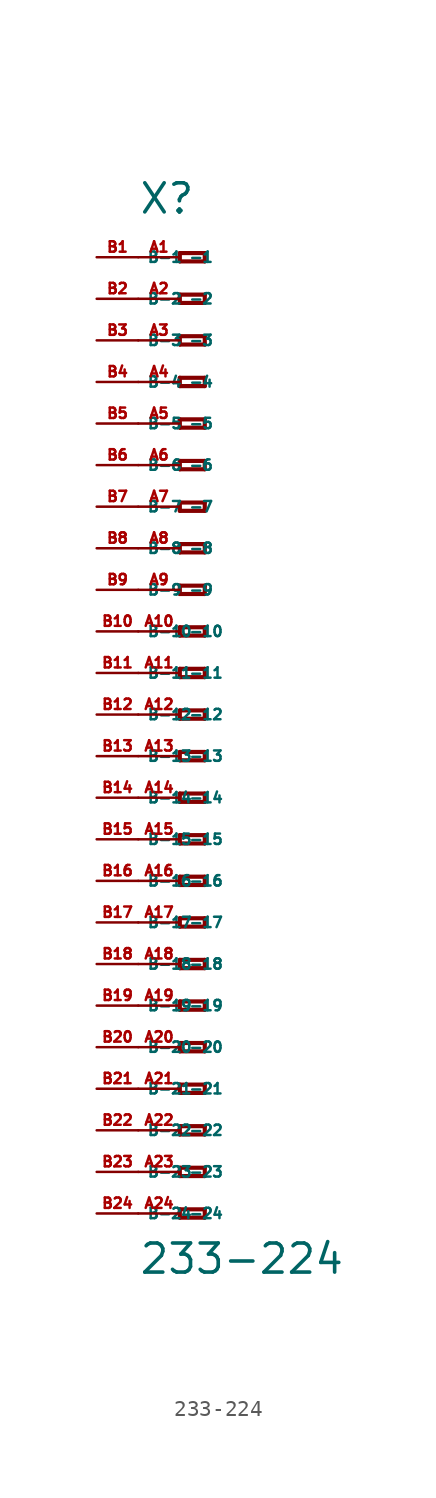
<source format=kicad_sym>
(kicad_symbol_lib
  (version 20220914)
  (generator Eagle2Kicad)
  (symbol "233-224"
    (property "Reference" "X"
      (at -5.08 30.48 0)
      (effects (font (size 1.778 1.778) (thickness 0.22)) (justify left bottom)))
    (property "Value" "233-224"
      (at -5.08 -34.29 0)
      (effects (font (size 1.778 1.778) (thickness 0.22)) (justify left bottom)))
    (polyline
      (pts (xy -2.54 28.194) (xy -2.54 27.686))
      (stroke (width 0.254) (type default))
      (fill (type none)))
    (polyline
      (pts (xy -2.54 27.686) (xy -1.016 27.686))
      (stroke (width 0.254) (type default))
      (fill (type none)))
    (polyline
      (pts (xy -1.016 27.686) (xy -1.016 28.194))
      (stroke (width 0.254) (type default))
      (fill (type none)))
    (polyline
      (pts (xy -1.016 28.194) (xy -2.54 28.194))
      (stroke (width 0.254) (type default))
      (fill (type none)))
    (polyline
      (pts (xy -2.54 25.654) (xy -2.54 25.146))
      (stroke (width 0.254) (type default))
      (fill (type none)))
    (polyline
      (pts (xy -2.54 25.146) (xy -1.016 25.146))
      (stroke (width 0.254) (type default))
      (fill (type none)))
    (polyline
      (pts (xy -1.016 25.146) (xy -1.016 25.654))
      (stroke (width 0.254) (type default))
      (fill (type none)))
    (polyline
      (pts (xy -1.016 25.654) (xy -2.54 25.654))
      (stroke (width 0.254) (type default))
      (fill (type none)))
    (polyline
      (pts (xy -2.54 23.114) (xy -2.54 22.606))
      (stroke (width 0.254) (type default))
      (fill (type none)))
    (polyline
      (pts (xy -2.54 22.606) (xy -1.016 22.606))
      (stroke (width 0.254) (type default))
      (fill (type none)))
    (polyline
      (pts (xy -1.016 22.606) (xy -1.016 23.114))
      (stroke (width 0.254) (type default))
      (fill (type none)))
    (polyline
      (pts (xy -1.016 23.114) (xy -2.54 23.114))
      (stroke (width 0.254) (type default))
      (fill (type none)))
    (polyline
      (pts (xy -2.54 20.574) (xy -2.54 20.066))
      (stroke (width 0.254) (type default))
      (fill (type none)))
    (polyline
      (pts (xy -2.54 20.066) (xy -1.016 20.066))
      (stroke (width 0.254) (type default))
      (fill (type none)))
    (polyline
      (pts (xy -1.016 20.066) (xy -1.016 20.574))
      (stroke (width 0.254) (type default))
      (fill (type none)))
    (polyline
      (pts (xy -1.016 20.574) (xy -2.54 20.574))
      (stroke (width 0.254) (type default))
      (fill (type none)))
    (polyline
      (pts (xy -2.54 18.034) (xy -2.54 17.526))
      (stroke (width 0.254) (type default))
      (fill (type none)))
    (polyline
      (pts (xy -2.54 17.526) (xy -1.016 17.526))
      (stroke (width 0.254) (type default))
      (fill (type none)))
    (polyline
      (pts (xy -1.016 17.526) (xy -1.016 18.034))
      (stroke (width 0.254) (type default))
      (fill (type none)))
    (polyline
      (pts (xy -1.016 18.034) (xy -2.54 18.034))
      (stroke (width 0.254) (type default))
      (fill (type none)))
    (polyline
      (pts (xy -2.54 15.494) (xy -2.54 14.986))
      (stroke (width 0.254) (type default))
      (fill (type none)))
    (polyline
      (pts (xy -2.54 14.986) (xy -1.016 14.986))
      (stroke (width 0.254) (type default))
      (fill (type none)))
    (polyline
      (pts (xy -1.016 14.986) (xy -1.016 15.494))
      (stroke (width 0.254) (type default))
      (fill (type none)))
    (polyline
      (pts (xy -1.016 15.494) (xy -2.54 15.494))
      (stroke (width 0.254) (type default))
      (fill (type none)))
    (polyline
      (pts (xy -2.54 12.954) (xy -2.54 12.446))
      (stroke (width 0.254) (type default))
      (fill (type none)))
    (polyline
      (pts (xy -2.54 12.446) (xy -1.016 12.446))
      (stroke (width 0.254) (type default))
      (fill (type none)))
    (polyline
      (pts (xy -1.016 12.446) (xy -1.016 12.954))
      (stroke (width 0.254) (type default))
      (fill (type none)))
    (polyline
      (pts (xy -1.016 12.954) (xy -2.54 12.954))
      (stroke (width 0.254) (type default))
      (fill (type none)))
    (polyline
      (pts (xy -2.54 10.414) (xy -2.54 9.906))
      (stroke (width 0.254) (type default))
      (fill (type none)))
    (polyline
      (pts (xy -2.54 9.906) (xy -1.016 9.906))
      (stroke (width 0.254) (type default))
      (fill (type none)))
    (polyline
      (pts (xy -1.016 9.906) (xy -1.016 10.414))
      (stroke (width 0.254) (type default))
      (fill (type none)))
    (polyline
      (pts (xy -1.016 10.414) (xy -2.54 10.414))
      (stroke (width 0.254) (type default))
      (fill (type none)))
    (polyline
      (pts (xy -2.54 7.874) (xy -2.54 7.366))
      (stroke (width 0.254) (type default))
      (fill (type none)))
    (polyline
      (pts (xy -2.54 7.366) (xy -1.016 7.366))
      (stroke (width 0.254) (type default))
      (fill (type none)))
    (polyline
      (pts (xy -1.016 7.366) (xy -1.016 7.874))
      (stroke (width 0.254) (type default))
      (fill (type none)))
    (polyline
      (pts (xy -1.016 7.874) (xy -2.54 7.874))
      (stroke (width 0.254) (type default))
      (fill (type none)))
    (polyline
      (pts (xy -2.54 5.334) (xy -2.54 4.826))
      (stroke (width 0.254) (type default))
      (fill (type none)))
    (polyline
      (pts (xy -2.54 4.826) (xy -1.016 4.826))
      (stroke (width 0.254) (type default))
      (fill (type none)))
    (polyline
      (pts (xy -1.016 4.826) (xy -1.016 5.334))
      (stroke (width 0.254) (type default))
      (fill (type none)))
    (polyline
      (pts (xy -1.016 5.334) (xy -2.54 5.334))
      (stroke (width 0.254) (type default))
      (fill (type none)))
    (polyline
      (pts (xy -2.54 2.794) (xy -2.54 2.286))
      (stroke (width 0.254) (type default))
      (fill (type none)))
    (polyline
      (pts (xy -2.54 2.286) (xy -1.016 2.286))
      (stroke (width 0.254) (type default))
      (fill (type none)))
    (polyline
      (pts (xy -1.016 2.286) (xy -1.016 2.794))
      (stroke (width 0.254) (type default))
      (fill (type none)))
    (polyline
      (pts (xy -1.016 2.794) (xy -2.54 2.794))
      (stroke (width 0.254) (type default))
      (fill (type none)))
    (polyline
      (pts (xy -2.54 0.254) (xy -2.54 -0.254))
      (stroke (width 0.254) (type default))
      (fill (type none)))
    (polyline
      (pts (xy -2.54 -0.254) (xy -1.016 -0.254))
      (stroke (width 0.254) (type default))
      (fill (type none)))
    (polyline
      (pts (xy -1.016 -0.254) (xy -1.016 0.254))
      (stroke (width 0.254) (type default))
      (fill (type none)))
    (polyline
      (pts (xy -1.016 0.254) (xy -2.54 0.254))
      (stroke (width 0.254) (type default))
      (fill (type none)))
    (polyline
      (pts (xy -2.54 -2.286) (xy -2.54 -2.794))
      (stroke (width 0.254) (type default))
      (fill (type none)))
    (polyline
      (pts (xy -2.54 -2.794) (xy -1.016 -2.794))
      (stroke (width 0.254) (type default))
      (fill (type none)))
    (polyline
      (pts (xy -1.016 -2.794) (xy -1.016 -2.286))
      (stroke (width 0.254) (type default))
      (fill (type none)))
    (polyline
      (pts (xy -1.016 -2.286) (xy -2.54 -2.286))
      (stroke (width 0.254) (type default))
      (fill (type none)))
    (polyline
      (pts (xy -2.54 -4.826) (xy -2.54 -5.334))
      (stroke (width 0.254) (type default))
      (fill (type none)))
    (polyline
      (pts (xy -2.54 -5.334) (xy -1.016 -5.334))
      (stroke (width 0.254) (type default))
      (fill (type none)))
    (polyline
      (pts (xy -1.016 -5.334) (xy -1.016 -4.826))
      (stroke (width 0.254) (type default))
      (fill (type none)))
    (polyline
      (pts (xy -1.016 -4.826) (xy -2.54 -4.826))
      (stroke (width 0.254) (type default))
      (fill (type none)))
    (polyline
      (pts (xy -2.54 -7.366) (xy -2.54 -7.874))
      (stroke (width 0.254) (type default))
      (fill (type none)))
    (polyline
      (pts (xy -2.54 -7.874) (xy -1.016 -7.874))
      (stroke (width 0.254) (type default))
      (fill (type none)))
    (polyline
      (pts (xy -1.016 -7.874) (xy -1.016 -7.366))
      (stroke (width 0.254) (type default))
      (fill (type none)))
    (polyline
      (pts (xy -1.016 -7.366) (xy -2.54 -7.366))
      (stroke (width 0.254) (type default))
      (fill (type none)))
    (polyline
      (pts (xy -2.54 -9.906) (xy -2.54 -10.414))
      (stroke (width 0.254) (type default))
      (fill (type none)))
    (polyline
      (pts (xy -2.54 -10.414) (xy -1.016 -10.414))
      (stroke (width 0.254) (type default))
      (fill (type none)))
    (polyline
      (pts (xy -1.016 -10.414) (xy -1.016 -9.906))
      (stroke (width 0.254) (type default))
      (fill (type none)))
    (polyline
      (pts (xy -1.016 -9.906) (xy -2.54 -9.906))
      (stroke (width 0.254) (type default))
      (fill (type none)))
    (polyline
      (pts (xy -2.54 -12.446) (xy -2.54 -12.954))
      (stroke (width 0.254) (type default))
      (fill (type none)))
    (polyline
      (pts (xy -2.54 -12.954) (xy -1.016 -12.954))
      (stroke (width 0.254) (type default))
      (fill (type none)))
    (polyline
      (pts (xy -1.016 -12.954) (xy -1.016 -12.446))
      (stroke (width 0.254) (type default))
      (fill (type none)))
    (polyline
      (pts (xy -1.016 -12.446) (xy -2.54 -12.446))
      (stroke (width 0.254) (type default))
      (fill (type none)))
    (polyline
      (pts (xy -2.54 -14.986) (xy -2.54 -15.494))
      (stroke (width 0.254) (type default))
      (fill (type none)))
    (polyline
      (pts (xy -2.54 -15.494) (xy -1.016 -15.494))
      (stroke (width 0.254) (type default))
      (fill (type none)))
    (polyline
      (pts (xy -1.016 -15.494) (xy -1.016 -14.986))
      (stroke (width 0.254) (type default))
      (fill (type none)))
    (polyline
      (pts (xy -1.016 -14.986) (xy -2.54 -14.986))
      (stroke (width 0.254) (type default))
      (fill (type none)))
    (polyline
      (pts (xy -2.54 -17.526) (xy -2.54 -18.034))
      (stroke (width 0.254) (type default))
      (fill (type none)))
    (polyline
      (pts (xy -2.54 -18.034) (xy -1.016 -18.034))
      (stroke (width 0.254) (type default))
      (fill (type none)))
    (polyline
      (pts (xy -1.016 -18.034) (xy -1.016 -17.526))
      (stroke (width 0.254) (type default))
      (fill (type none)))
    (polyline
      (pts (xy -1.016 -17.526) (xy -2.54 -17.526))
      (stroke (width 0.254) (type default))
      (fill (type none)))
    (polyline
      (pts (xy -2.54 -20.066) (xy -2.54 -20.574))
      (stroke (width 0.254) (type default))
      (fill (type none)))
    (polyline
      (pts (xy -2.54 -20.574) (xy -1.016 -20.574))
      (stroke (width 0.254) (type default))
      (fill (type none)))
    (polyline
      (pts (xy -1.016 -20.574) (xy -1.016 -20.066))
      (stroke (width 0.254) (type default))
      (fill (type none)))
    (polyline
      (pts (xy -1.016 -20.066) (xy -2.54 -20.066))
      (stroke (width 0.254) (type default))
      (fill (type none)))
    (polyline
      (pts (xy -2.54 -22.606) (xy -2.54 -23.114))
      (stroke (width 0.254) (type default))
      (fill (type none)))
    (polyline
      (pts (xy -2.54 -23.114) (xy -1.016 -23.114))
      (stroke (width 0.254) (type default))
      (fill (type none)))
    (polyline
      (pts (xy -1.016 -23.114) (xy -1.016 -22.606))
      (stroke (width 0.254) (type default))
      (fill (type none)))
    (polyline
      (pts (xy -1.016 -22.606) (xy -2.54 -22.606))
      (stroke (width 0.254) (type default))
      (fill (type none)))
    (polyline
      (pts (xy -2.54 -25.146) (xy -2.54 -25.654))
      (stroke (width 0.254) (type default))
      (fill (type none)))
    (polyline
      (pts (xy -2.54 -25.654) (xy -1.016 -25.654))
      (stroke (width 0.254) (type default))
      (fill (type none)))
    (polyline
      (pts (xy -1.016 -25.654) (xy -1.016 -25.146))
      (stroke (width 0.254) (type default))
      (fill (type none)))
    (polyline
      (pts (xy -1.016 -25.146) (xy -2.54 -25.146))
      (stroke (width 0.254) (type default))
      (fill (type none)))
    (polyline
      (pts (xy -2.54 -27.686) (xy -2.54 -28.194))
      (stroke (width 0.254) (type default))
      (fill (type none)))
    (polyline
      (pts (xy -2.54 -28.194) (xy -1.016 -28.194))
      (stroke (width 0.254) (type default))
      (fill (type none)))
    (polyline
      (pts (xy -1.016 -28.194) (xy -1.016 -27.686))
      (stroke (width 0.254) (type default))
      (fill (type none)))
    (polyline
      (pts (xy -1.016 -27.686) (xy -2.54 -27.686))
      (stroke (width 0.254) (type default))
      (fill (type none)))
    (polyline
      (pts (xy -2.54 -30.226) (xy -2.54 -30.734))
      (stroke (width 0.254) (type default))
      (fill (type none)))
    (polyline
      (pts (xy -2.54 -30.734) (xy -1.016 -30.734))
      (stroke (width 0.254) (type default))
      (fill (type none)))
    (polyline
      (pts (xy -1.016 -30.734) (xy -1.016 -30.226))
      (stroke (width 0.254) (type default))
      (fill (type none)))
    (polyline
      (pts (xy -1.016 -30.226) (xy -2.54 -30.226))
      (stroke (width 0.254) (type default))
      (fill (type none)))
    (pin passive line
      (at -5.08 27.94 0)
      (length 2.54)
      (name "-1" (effects (font (size 0.635 0.635) (thickness 0.08)) (justify left bottom)))
      (number "A1" (effects (font (size 0.635 0.635) (thickness 0.08)) (justify left bottom))))
    (pin passive line
      (at -5.08 25.4 0)
      (length 2.54)
      (name "-2" (effects (font (size 0.635 0.635) (thickness 0.08)) (justify left bottom)))
      (number "A2" (effects (font (size 0.635 0.635) (thickness 0.08)) (justify left bottom))))
    (pin passive line
      (at -5.08 22.86 0)
      (length 2.54)
      (name "-3" (effects (font (size 0.635 0.635) (thickness 0.08)) (justify left bottom)))
      (number "A3" (effects (font (size 0.635 0.635) (thickness 0.08)) (justify left bottom))))
    (pin passive line
      (at -5.08 20.32 0)
      (length 2.54)
      (name "-4" (effects (font (size 0.635 0.635) (thickness 0.08)) (justify left bottom)))
      (number "A4" (effects (font (size 0.635 0.635) (thickness 0.08)) (justify left bottom))))
    (pin passive line
      (at -5.08 17.78 0)
      (length 2.54)
      (name "-5" (effects (font (size 0.635 0.635) (thickness 0.08)) (justify left bottom)))
      (number "A5" (effects (font (size 0.635 0.635) (thickness 0.08)) (justify left bottom))))
    (pin passive line
      (at -5.08 15.24 0)
      (length 2.54)
      (name "-6" (effects (font (size 0.635 0.635) (thickness 0.08)) (justify left bottom)))
      (number "A6" (effects (font (size 0.635 0.635) (thickness 0.08)) (justify left bottom))))
    (pin passive line
      (at -5.08 12.7 0)
      (length 2.54)
      (name "-7" (effects (font (size 0.635 0.635) (thickness 0.08)) (justify left bottom)))
      (number "A7" (effects (font (size 0.635 0.635) (thickness 0.08)) (justify left bottom))))
    (pin passive line
      (at -5.08 10.16 0)
      (length 2.54)
      (name "-8" (effects (font (size 0.635 0.635) (thickness 0.08)) (justify left bottom)))
      (number "A8" (effects (font (size 0.635 0.635) (thickness 0.08)) (justify left bottom))))
    (pin passive line
      (at -5.08 7.62 0)
      (length 2.54)
      (name "-9" (effects (font (size 0.635 0.635) (thickness 0.08)) (justify left bottom)))
      (number "A9" (effects (font (size 0.635 0.635) (thickness 0.08)) (justify left bottom))))
    (pin passive line
      (at -5.08 5.08 0)
      (length 2.54)
      (name "-10" (effects (font (size 0.635 0.635) (thickness 0.08)) (justify left bottom)))
      (number "A10" (effects (font (size 0.635 0.635) (thickness 0.08)) (justify left bottom))))
    (pin passive line
      (at -5.08 2.54 0)
      (length 2.54)
      (name "-11" (effects (font (size 0.635 0.635) (thickness 0.08)) (justify left bottom)))
      (number "A11" (effects (font (size 0.635 0.635) (thickness 0.08)) (justify left bottom))))
    (pin passive line
      (at -5.08 0 0)
      (length 2.54)
      (name "-12" (effects (font (size 0.635 0.635) (thickness 0.08)) (justify left bottom)))
      (number "A12" (effects (font (size 0.635 0.635) (thickness 0.08)) (justify left bottom))))
    (pin passive line
      (at -5.08 -2.54 0)
      (length 2.54)
      (name "-13" (effects (font (size 0.635 0.635) (thickness 0.08)) (justify left bottom)))
      (number "A13" (effects (font (size 0.635 0.635) (thickness 0.08)) (justify left bottom))))
    (pin passive line
      (at -5.08 -5.08 0)
      (length 2.54)
      (name "-14" (effects (font (size 0.635 0.635) (thickness 0.08)) (justify left bottom)))
      (number "A14" (effects (font (size 0.635 0.635) (thickness 0.08)) (justify left bottom))))
    (pin passive line
      (at -5.08 -7.62 0)
      (length 2.54)
      (name "-15" (effects (font (size 0.635 0.635) (thickness 0.08)) (justify left bottom)))
      (number "A15" (effects (font (size 0.635 0.635) (thickness 0.08)) (justify left bottom))))
    (pin passive line
      (at -5.08 -10.16 0)
      (length 2.54)
      (name "-16" (effects (font (size 0.635 0.635) (thickness 0.08)) (justify left bottom)))
      (number "A16" (effects (font (size 0.635 0.635) (thickness 0.08)) (justify left bottom))))
    (pin passive line
      (at -5.08 -12.7 0)
      (length 2.54)
      (name "-17" (effects (font (size 0.635 0.635) (thickness 0.08)) (justify left bottom)))
      (number "A17" (effects (font (size 0.635 0.635) (thickness 0.08)) (justify left bottom))))
    (pin passive line
      (at -5.08 -15.24 0)
      (length 2.54)
      (name "-18" (effects (font (size 0.635 0.635) (thickness 0.08)) (justify left bottom)))
      (number "A18" (effects (font (size 0.635 0.635) (thickness 0.08)) (justify left bottom))))
    (pin passive line
      (at -5.08 -17.78 0)
      (length 2.54)
      (name "-19" (effects (font (size 0.635 0.635) (thickness 0.08)) (justify left bottom)))
      (number "A19" (effects (font (size 0.635 0.635) (thickness 0.08)) (justify left bottom))))
    (pin passive line
      (at -5.08 -20.32 0)
      (length 2.54)
      (name "-20" (effects (font (size 0.635 0.635) (thickness 0.08)) (justify left bottom)))
      (number "A20" (effects (font (size 0.635 0.635) (thickness 0.08)) (justify left bottom))))
    (pin passive line
      (at -5.08 -22.86 0)
      (length 2.54)
      (name "-21" (effects (font (size 0.635 0.635) (thickness 0.08)) (justify left bottom)))
      (number "A21" (effects (font (size 0.635 0.635) (thickness 0.08)) (justify left bottom))))
    (pin passive line
      (at -5.08 -25.4 0)
      (length 2.54)
      (name "-22" (effects (font (size 0.635 0.635) (thickness 0.08)) (justify left bottom)))
      (number "A22" (effects (font (size 0.635 0.635) (thickness 0.08)) (justify left bottom))))
    (pin passive line
      (at -5.08 -27.94 0)
      (length 2.54)
      (name "-23" (effects (font (size 0.635 0.635) (thickness 0.08)) (justify left bottom)))
      (number "A23" (effects (font (size 0.635 0.635) (thickness 0.08)) (justify left bottom))))
    (pin passive line
      (at -5.08 -30.48 0)
      (length 2.54)
      (name "-24" (effects (font (size 0.635 0.635) (thickness 0.08)) (justify left bottom)))
      (number "A24" (effects (font (size 0.635 0.635) (thickness 0.08)) (justify left bottom))))
    (pin passive line
      (at -7.62 -30.48 0)
      (length 2.54)
      (name "B-24" (effects (font (size 0.635 0.635) (thickness 0.08)) (justify left bottom)))
      (number "B24" (effects (font (size 0.635 0.635) (thickness 0.08)) (justify left bottom))))
    (pin passive line
      (at -7.62 27.94 0)
      (length 2.54)
      (name "B-1" (effects (font (size 0.635 0.635) (thickness 0.08)) (justify left bottom)))
      (number "B1" (effects (font (size 0.635 0.635) (thickness 0.08)) (justify left bottom))))
    (pin passive line
      (at -7.62 25.4 0)
      (length 2.54)
      (name "B-2" (effects (font (size 0.635 0.635) (thickness 0.08)) (justify left bottom)))
      (number "B2" (effects (font (size 0.635 0.635) (thickness 0.08)) (justify left bottom))))
    (pin passive line
      (at -7.62 22.86 0)
      (length 2.54)
      (name "B-3" (effects (font (size 0.635 0.635) (thickness 0.08)) (justify left bottom)))
      (number "B3" (effects (font (size 0.635 0.635) (thickness 0.08)) (justify left bottom))))
    (pin passive line
      (at -7.62 20.32 0)
      (length 2.54)
      (name "B-4" (effects (font (size 0.635 0.635) (thickness 0.08)) (justify left bottom)))
      (number "B4" (effects (font (size 0.635 0.635) (thickness 0.08)) (justify left bottom))))
    (pin passive line
      (at -7.62 17.78 0)
      (length 2.54)
      (name "B-5" (effects (font (size 0.635 0.635) (thickness 0.08)) (justify left bottom)))
      (number "B5" (effects (font (size 0.635 0.635) (thickness 0.08)) (justify left bottom))))
    (pin passive line
      (at -7.62 15.24 0)
      (length 2.54)
      (name "B-6" (effects (font (size 0.635 0.635) (thickness 0.08)) (justify left bottom)))
      (number "B6" (effects (font (size 0.635 0.635) (thickness 0.08)) (justify left bottom))))
    (pin passive line
      (at -7.62 12.7 0)
      (length 2.54)
      (name "B-7" (effects (font (size 0.635 0.635) (thickness 0.08)) (justify left bottom)))
      (number "B7" (effects (font (size 0.635 0.635) (thickness 0.08)) (justify left bottom))))
    (pin passive line
      (at -7.62 10.16 0)
      (length 2.54)
      (name "B-8" (effects (font (size 0.635 0.635) (thickness 0.08)) (justify left bottom)))
      (number "B8" (effects (font (size 0.635 0.635) (thickness 0.08)) (justify left bottom))))
    (pin passive line
      (at -7.62 7.62 0)
      (length 2.54)
      (name "B-9" (effects (font (size 0.635 0.635) (thickness 0.08)) (justify left bottom)))
      (number "B9" (effects (font (size 0.635 0.635) (thickness 0.08)) (justify left bottom))))
    (pin passive line
      (at -7.62 5.08 0)
      (length 2.54)
      (name "B-10" (effects (font (size 0.635 0.635) (thickness 0.08)) (justify left bottom)))
      (number "B10" (effects (font (size 0.635 0.635) (thickness 0.08)) (justify left bottom))))
    (pin passive line
      (at -7.62 2.54 0)
      (length 2.54)
      (name "B-11" (effects (font (size 0.635 0.635) (thickness 0.08)) (justify left bottom)))
      (number "B11" (effects (font (size 0.635 0.635) (thickness 0.08)) (justify left bottom))))
    (pin passive line
      (at -7.62 0 0)
      (length 2.54)
      (name "B-12" (effects (font (size 0.635 0.635) (thickness 0.08)) (justify left bottom)))
      (number "B12" (effects (font (size 0.635 0.635) (thickness 0.08)) (justify left bottom))))
    (pin passive line
      (at -7.62 -2.54 0)
      (length 2.54)
      (name "B-13" (effects (font (size 0.635 0.635) (thickness 0.08)) (justify left bottom)))
      (number "B13" (effects (font (size 0.635 0.635) (thickness 0.08)) (justify left bottom))))
    (pin passive line
      (at -7.62 -5.08 0)
      (length 2.54)
      (name "B-14" (effects (font (size 0.635 0.635) (thickness 0.08)) (justify left bottom)))
      (number "B14" (effects (font (size 0.635 0.635) (thickness 0.08)) (justify left bottom))))
    (pin passive line
      (at -7.62 -7.62 0)
      (length 2.54)
      (name "B-15" (effects (font (size 0.635 0.635) (thickness 0.08)) (justify left bottom)))
      (number "B15" (effects (font (size 0.635 0.635) (thickness 0.08)) (justify left bottom))))
    (pin passive line
      (at -7.62 -10.16 0)
      (length 2.54)
      (name "B-16" (effects (font (size 0.635 0.635) (thickness 0.08)) (justify left bottom)))
      (number "B16" (effects (font (size 0.635 0.635) (thickness 0.08)) (justify left bottom))))
    (pin passive line
      (at -7.62 -12.7 0)
      (length 2.54)
      (name "B-17" (effects (font (size 0.635 0.635) (thickness 0.08)) (justify left bottom)))
      (number "B17" (effects (font (size 0.635 0.635) (thickness 0.08)) (justify left bottom))))
    (pin passive line
      (at -7.62 -15.24 0)
      (length 2.54)
      (name "B-18" (effects (font (size 0.635 0.635) (thickness 0.08)) (justify left bottom)))
      (number "B18" (effects (font (size 0.635 0.635) (thickness 0.08)) (justify left bottom))))
    (pin passive line
      (at -7.62 -17.78 0)
      (length 2.54)
      (name "B-19" (effects (font (size 0.635 0.635) (thickness 0.08)) (justify left bottom)))
      (number "B19" (effects (font (size 0.635 0.635) (thickness 0.08)) (justify left bottom))))
    (pin passive line
      (at -7.62 -20.32 0)
      (length 2.54)
      (name "B-20" (effects (font (size 0.635 0.635) (thickness 0.08)) (justify left bottom)))
      (number "B20" (effects (font (size 0.635 0.635) (thickness 0.08)) (justify left bottom))))
    (pin passive line
      (at -7.62 -22.86 0)
      (length 2.54)
      (name "B-21" (effects (font (size 0.635 0.635) (thickness 0.08)) (justify left bottom)))
      (number "B21" (effects (font (size 0.635 0.635) (thickness 0.08)) (justify left bottom))))
    (pin passive line
      (at -7.62 -25.4 0)
      (length 2.54)
      (name "B-22" (effects (font (size 0.635 0.635) (thickness 0.08)) (justify left bottom)))
      (number "B22" (effects (font (size 0.635 0.635) (thickness 0.08)) (justify left bottom))))
    (pin passive line
      (at -7.62 -27.94 0)
      (length 2.54)
      (name "B-23" (effects (font (size 0.635 0.635) (thickness 0.08)) (justify left bottom)))
      (number "B23" (effects (font (size 0.635 0.635) (thickness 0.08)) (justify left bottom))))))
</source>
